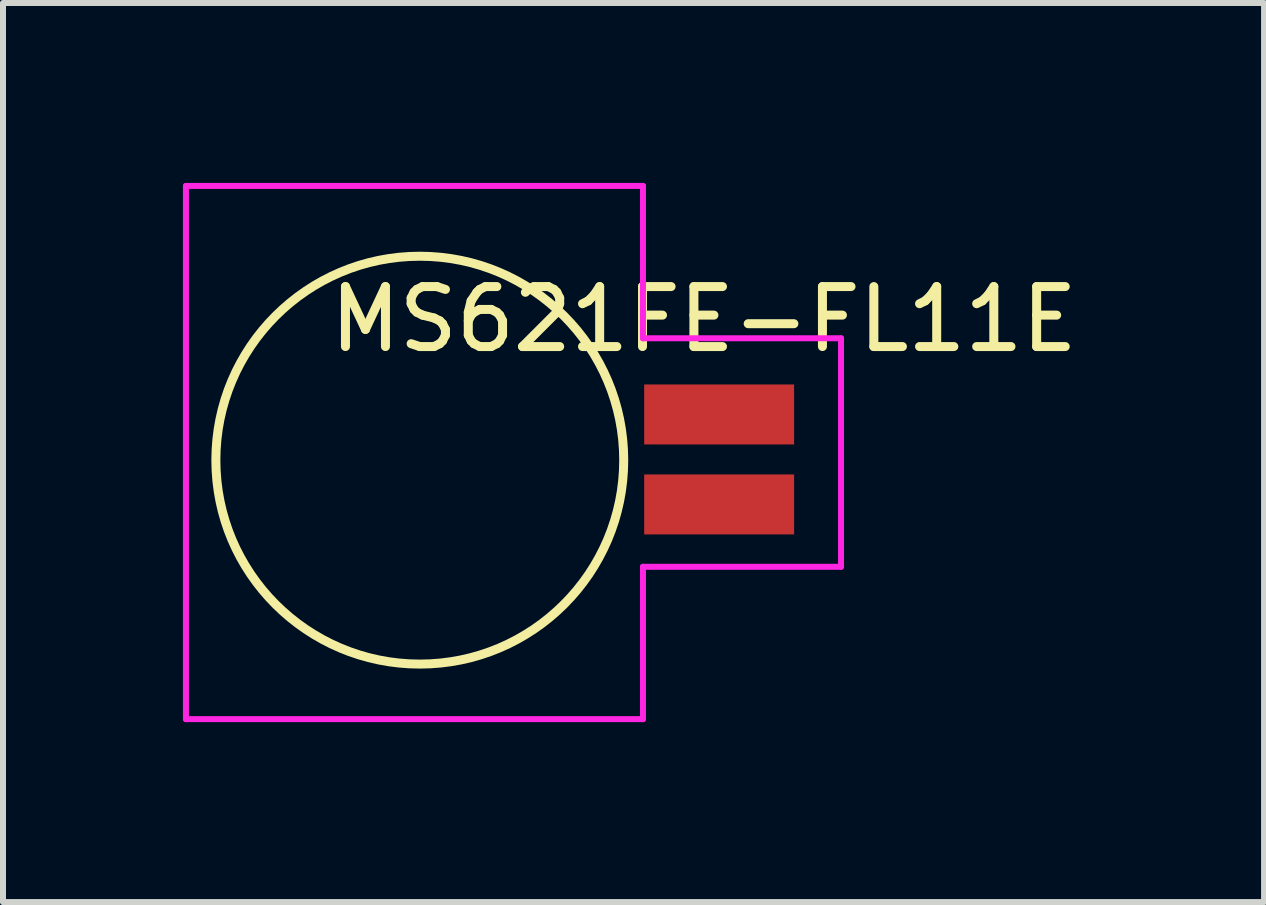
<source format=kicad_pcb>
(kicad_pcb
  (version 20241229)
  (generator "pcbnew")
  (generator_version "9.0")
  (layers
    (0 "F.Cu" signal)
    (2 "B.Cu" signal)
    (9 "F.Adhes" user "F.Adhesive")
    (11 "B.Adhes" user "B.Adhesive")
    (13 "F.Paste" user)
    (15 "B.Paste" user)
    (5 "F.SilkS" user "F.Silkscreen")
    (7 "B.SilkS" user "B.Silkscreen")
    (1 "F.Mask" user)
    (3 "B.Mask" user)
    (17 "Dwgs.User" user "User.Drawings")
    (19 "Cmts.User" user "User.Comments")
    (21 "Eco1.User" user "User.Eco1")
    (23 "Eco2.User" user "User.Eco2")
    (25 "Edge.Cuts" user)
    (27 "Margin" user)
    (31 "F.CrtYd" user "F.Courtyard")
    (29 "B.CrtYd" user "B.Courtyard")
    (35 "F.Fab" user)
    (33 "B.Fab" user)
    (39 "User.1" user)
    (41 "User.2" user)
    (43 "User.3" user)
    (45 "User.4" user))
  (footprint "MS621FE-FL11E"
    (layer "F.Cu")
    (at 8.94 3.86)
    (property "Reference" "MS621FE-FL11E" (at -0.254 -1.587 180) (layer "F.SilkS") (effects (font (size 1 1) (thickness 0.15))))
    (attr through_hole)
    (fp_circle (center -4.991 0.762) (end -4.991 4.162) (stroke (width 0.15) (type solid)) (fill no) (layer "F.SilkS"))
    (fp_line (start -8.89 -3.81) (end -1.27 -3.81) (stroke (width 0.1) (type solid)) (layer "F.CrtYd"))
    (fp_line (start -8.89 5.08) (end -8.89 -3.81) (stroke (width 0.1) (type solid)) (layer "F.CrtYd"))
    (fp_line (start -1.27 -3.81) (end -1.27 -2.54) (stroke (width 0.1) (type solid)) (layer "F.CrtYd"))
    (fp_line (start -1.27 -2.54) (end -1.27 -1.27) (stroke (width 0.1) (type solid)) (layer "F.CrtYd"))
    (fp_line (start -1.27 -1.27) (end 2.032 -1.27) (stroke (width 0.1) (type solid)) (layer "F.CrtYd"))
    (fp_line (start -1.27 2.54) (end -1.27 5.08) (stroke (width 0.1) (type solid)) (layer "F.CrtYd"))
    (fp_line (start -1.27 5.08) (end -8.89 5.08) (stroke (width 0.1) (type solid)) (layer "F.CrtYd"))
    (fp_line (start 2.032 -1.27) (end 2.032 2.54) (stroke (width 0.1) (type solid)) (layer "F.CrtYd"))
    (fp_line (start 2.032 2.54) (end -1.27 2.54) (stroke (width 0.1) (type solid)) (layer "F.CrtYd"))
    (pad "1" smd rect (at 0 0) (size 2.5 1) (layers "F.Cu" "F.Mask" "F.Paste"))
    (pad "2" smd rect (at 0 1.5) (size 2.5 1) (layers "F.Cu" "F.Mask" "F.Paste")))
  (gr_rect
    (start -3 -3)
    (end 18.025 11.99)
    (stroke (width 0.1) (type default))
    (fill no)
    (layer "Edge.Cuts")))
</source>
